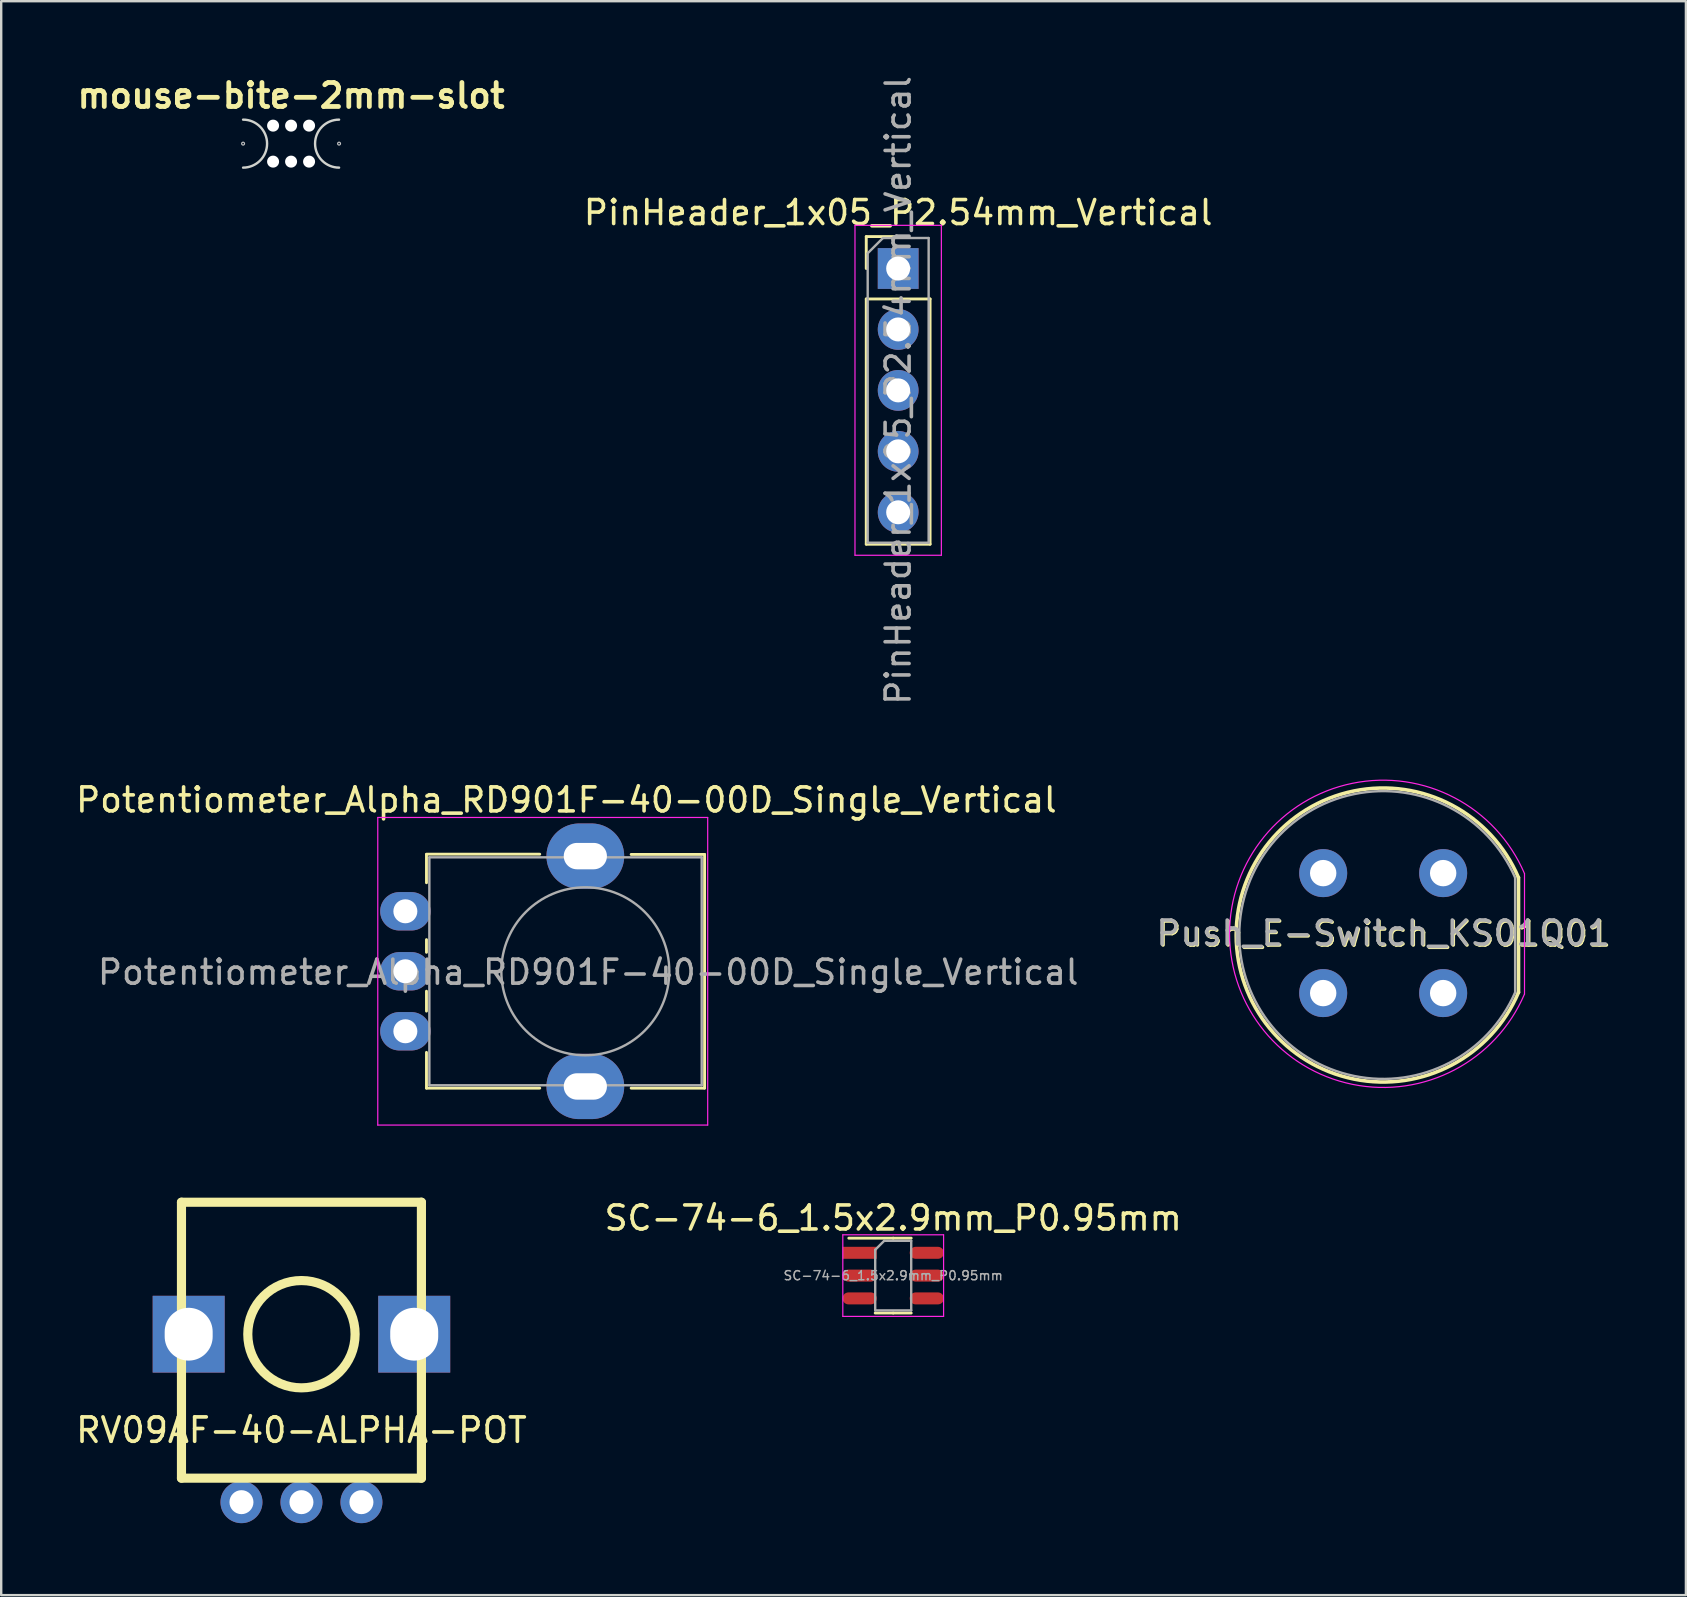
<source format=kicad_pcb>
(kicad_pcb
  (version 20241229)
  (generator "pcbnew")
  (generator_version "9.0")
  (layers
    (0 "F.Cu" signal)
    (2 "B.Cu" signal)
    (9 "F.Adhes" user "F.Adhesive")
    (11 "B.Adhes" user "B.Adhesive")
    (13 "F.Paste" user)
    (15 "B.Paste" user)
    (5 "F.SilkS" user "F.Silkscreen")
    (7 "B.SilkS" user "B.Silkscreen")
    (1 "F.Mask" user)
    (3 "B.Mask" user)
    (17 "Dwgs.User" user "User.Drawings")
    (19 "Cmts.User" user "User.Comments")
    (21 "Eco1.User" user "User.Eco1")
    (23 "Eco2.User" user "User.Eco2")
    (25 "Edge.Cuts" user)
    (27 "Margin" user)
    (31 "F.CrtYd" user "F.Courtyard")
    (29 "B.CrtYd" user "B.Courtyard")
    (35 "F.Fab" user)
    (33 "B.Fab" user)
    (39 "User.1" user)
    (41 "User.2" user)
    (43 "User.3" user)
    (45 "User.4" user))
  (footprint "RV09AF-40-ALPHA-POT"
    (layer "F.Cu")
    (at 9.513 52.554)
    (property "Reference" "RV09AF-40-ALPHA-POT" (at 0 4 0) (layer "F.SilkS") (effects (font (size 1.016 1.016) (thickness 0.152))))
    (attr through_hole)
    (fp_line (start -5 -5.5) (end 5 -5.5) (stroke (width 0.381) (type solid)) (layer "F.SilkS"))
    (fp_line (start -5 0) (end -5 -5.5) (stroke (width 0.381) (type solid)) (layer "F.SilkS"))
    (fp_line (start -5 6) (end -5 0) (stroke (width 0.381) (type solid)) (layer "F.SilkS"))
    (fp_line (start 5 -5.5) (end 5 6) (stroke (width 0.381) (type solid)) (layer "F.SilkS"))
    (fp_line (start 5 6) (end -5 6) (stroke (width 0.381) (type solid)) (layer "F.SilkS"))
    (fp_circle (center 0 0) (end 1 2) (stroke (width 0.381) (type solid)) (fill no) (layer "F.SilkS"))
    (pad "" thru_hole rect (at -4.7 0) (size 3 3.2) (drill oval 2 2.2) (layers "*.Cu" "*.Mask"))
    (pad "" thru_hole rect (at 4.7 0) (size 3 3.2) (drill oval 2 2.2) (layers "*.Cu" "*.Mask"))
    (pad "1" thru_hole circle (at -2.5 7) (size 1.75 1.75) (drill 1) (layers "*.Cu" "*.Mask"))
    (pad "2" thru_hole circle (at 0 7) (size 1.75 1.75) (drill 1) (layers "*.Cu" "*.Mask"))
    (pad "3" thru_hole circle (at 2.5 7) (size 1.75 1.75) (drill 1) (layers "*.Cu" "*.Mask")))
  (footprint "PinHeader_1x05_P2.54mm_Vertical"
    (layer "F.Cu")
    (at 34.382 8.14)
    (property "Reference" "PinHeader_1x05_P2.54mm_Vertical" (at 0 -2.33 0) (layer "F.SilkS") (effects (font (size 1 1) (thickness 0.15))))
    (attr through_hole)
    (fp_line (start -1.33 -1.33) (end 0 -1.33) (stroke (width 0.12) (type solid)) (layer "F.SilkS"))
    (fp_line (start -1.33 0) (end -1.33 -1.33) (stroke (width 0.12) (type solid)) (layer "F.SilkS"))
    (fp_line (start -1.33 1.27) (end -1.33 11.49) (stroke (width 0.12) (type solid)) (layer "F.SilkS"))
    (fp_line (start -1.33 1.27) (end 1.33 1.27) (stroke (width 0.12) (type solid)) (layer "F.SilkS"))
    (fp_line (start -1.33 11.49) (end 1.33 11.49) (stroke (width 0.12) (type solid)) (layer "F.SilkS"))
    (fp_line (start 1.33 1.27) (end 1.33 11.49) (stroke (width 0.12) (type solid)) (layer "F.SilkS"))
    (fp_line (start -1.8 -1.8) (end -1.8 11.95) (stroke (width 0.05) (type solid)) (layer "F.CrtYd"))
    (fp_line (start -1.8 11.95) (end 1.8 11.95) (stroke (width 0.05) (type solid)) (layer "F.CrtYd"))
    (fp_line (start 1.8 -1.8) (end -1.8 -1.8) (stroke (width 0.05) (type solid)) (layer "F.CrtYd"))
    (fp_line (start 1.8 11.95) (end 1.8 -1.8) (stroke (width 0.05) (type solid)) (layer "F.CrtYd"))
    (fp_line (start -1.27 -0.635) (end -0.635 -1.27) (stroke (width 0.1) (type solid)) (layer "F.Fab"))
    (fp_line (start -1.27 11.43) (end -1.27 -0.635) (stroke (width 0.1) (type solid)) (layer "F.Fab"))
    (fp_line (start -0.635 -1.27) (end 1.27 -1.27) (stroke (width 0.1) (type solid)) (layer "F.Fab"))
    (fp_line (start 1.27 -1.27) (end 1.27 11.43) (stroke (width 0.1) (type solid)) (layer "F.Fab"))
    (fp_line (start 1.27 11.43) (end -1.27 11.43) (stroke (width 0.1) (type solid)) (layer "F.Fab"))
    (fp_text user "${REFERENCE}" (at 0 5.08 90) (layer "F.Fab") (effects (font (size 1 1) (thickness 0.15))))
    (pad "1" thru_hole rect (at 0 0) (size 1.7 1.7) (drill 1) (layers "*.Cu" "*.Mask"))
    (pad "2" thru_hole oval (at 0 2.54) (size 1.7 1.7) (drill 1) (layers "*.Cu" "*.Mask"))
    (pad "3" thru_hole oval (at 0 5.08) (size 1.7 1.7) (drill 1) (layers "*.Cu" "*.Mask"))
    (pad "4" thru_hole oval (at 0 7.62) (size 1.7 1.7) (drill 1) (layers "*.Cu" "*.Mask"))
    (pad "5" thru_hole oval (at 0 10.16) (size 1.7 1.7) (drill 1) (layers "*.Cu" "*.Mask")))
  (footprint "Push_E-Switch_KS01Q01"
    (layer "F.Cu")
    (at 52.095 33.338)
    (property "Reference" "Push_E-Switch_KS01Q01" (at 2.54 2.54 0) (layer "F.SilkS") (effects (font (size 1 1) (thickness 0.15))))
    (attr through_hole)
    (fp_line (start 8.14 0.19) (end 8.14 4.97) (stroke (width 0.15) (type solid)) (layer "F.SilkS"))
    (fp_arc (start 8.14 4.97) (mid -3.625495 2.583717) (end 8.137095 0.183157) (stroke (width 0.15) (type solid)) (layer "F.SilkS"))
    (fp_line (start 8.39 5.04) (end 8.39 0.02) (stroke (width 0.05) (type solid)) (layer "F.CrtYd"))
    (fp_arc (start 8.39 5.04) (mid -3.902515 2.53) (end 8.39 0.02) (stroke (width 0.05) (type solid)) (layer "F.CrtYd"))
    (fp_line (start 8 4.97) (end 8 0.19) (stroke (width 0.1) (type solid)) (layer "F.Fab"))
    (fp_arc (start 8 4.97) (mid -3.496841 2.581346) (end 7.998926 0.187531) (stroke (width 0.1) (type solid)) (layer "F.Fab"))
    (fp_text user "${REFERENCE}" (at 2.5 2.5 180) (layer "F.Fab") (effects (font (size 1 1) (thickness 0.15))))
    (pad "1" thru_hole circle (at 0 0) (size 2 2) (drill 1.1) (layers "*.Cu" "*.Mask"))
    (pad "1" thru_hole circle (at 5 0) (size 2 2) (drill 1.1) (layers "*.Cu" "*.Mask"))
    (pad "2" thru_hole circle (at 0 5) (size 2 2) (drill 1.1) (layers "*.Cu" "*.Mask"))
    (pad "2" thru_hole circle (at 5 5) (size 2 2) (drill 1.1) (layers "*.Cu" "*.Mask")))
  (footprint "SC-74-6_1.5x2.9mm_P0.95mm"
    (layer "F.Cu")
    (at 34.175 50.112)
    (property "Reference" "SC-74-6_1.5x2.9mm_P0.95mm" (at 0 -2.4 0) (layer "F.SilkS") (effects (font (size 1 1) (thickness 0.15))))
    (attr smd)
    (fp_line (start 0 -1.56) (end -1.85 -1.56) (stroke (width 0.12) (type solid)) (layer "F.SilkS"))
    (fp_line (start 0 -1.56) (end 0.75 -1.56) (stroke (width 0.12) (type solid)) (layer "F.SilkS"))
    (fp_line (start 0 1.56) (end -0.75 1.56) (stroke (width 0.12) (type solid)) (layer "F.SilkS"))
    (fp_line (start 0 1.56) (end 0.75 1.56) (stroke (width 0.12) (type solid)) (layer "F.SilkS"))
    (fp_line (start -2.1 -1.7) (end -2.1 1.7) (stroke (width 0.05) (type solid)) (layer "F.CrtYd"))
    (fp_line (start -2.1 1.7) (end 2.1 1.7) (stroke (width 0.05) (type solid)) (layer "F.CrtYd"))
    (fp_line (start 2.1 -1.7) (end -2.1 -1.7) (stroke (width 0.05) (type solid)) (layer "F.CrtYd"))
    (fp_line (start 2.1 1.7) (end 2.1 -1.7) (stroke (width 0.05) (type solid)) (layer "F.CrtYd"))
    (fp_line (start -0.75 -1.075) (end -0.375 -1.45) (stroke (width 0.1) (type solid)) (layer "F.Fab"))
    (fp_line (start -0.75 1.45) (end -0.75 -1.075) (stroke (width 0.1) (type solid)) (layer "F.Fab"))
    (fp_line (start -0.375 -1.45) (end 0.75 -1.45) (stroke (width 0.1) (type solid)) (layer "F.Fab"))
    (fp_line (start 0.75 -1.45) (end 0.75 1.45) (stroke (width 0.1) (type solid)) (layer "F.Fab"))
    (fp_line (start 0.75 1.45) (end -0.75 1.45) (stroke (width 0.1) (type solid)) (layer "F.Fab"))
    (fp_text user "${REFERENCE}" (at 0 0 0) (layer "F.Fab") (effects (font (size 0.38 0.38) (thickness 0.06))))
    (pad "1" smd rect (at -1.4 -0.95) (size 1.425 0.5) (layers "F.Cu" "F.Mask" "F.Paste"))
    (pad "2" smd oval (at -1.4 0) (size 1.425 0.5) (layers "F.Cu" "F.Mask" "F.Paste"))
    (pad "3" smd oval (at -1.4 0.95) (size 1.425 0.5) (layers "F.Cu" "F.Mask" "F.Paste"))
    (pad "4" smd oval (at 1.4 0.95) (size 1.425 0.5) (layers "F.Cu" "F.Mask" "F.Paste"))
    (pad "5" smd oval (at 1.4 0) (size 1.425 0.5) (layers "F.Cu" "F.Mask" "F.Paste"))
    (pad "6" smd oval (at 1.4 -0.95) (size 1.425 0.5) (layers "F.Cu" "F.Mask" "F.Paste")))
  (footprint "mouse-bite-2mm-slot"
    (layer "F.Cu")
    (at 9.081 2.936)
    (property "Reference" "mouse-bite-2mm-slot" (at 0 -2 0) (layer "F.SilkS") (effects (font (size 1 1) (thickness 0.2))))
    (attr through_hole)
    (fp_circle (center -2 0) (end -2 -0.06) (stroke (width 0.05) (type solid)) (fill no) (layer "Dwgs.User"))
    (fp_circle (center 2 0) (end 2.06 0) (stroke (width 0.05) (type solid)) (fill no) (layer "Dwgs.User"))
    (fp_arc (start -2 -1) (mid -1 0) (end -2 1) (stroke (width 0.1) (type solid)) (layer "Edge.Cuts"))
    (fp_arc (start 2 1) (mid 1 0) (end 2 -1) (stroke (width 0.1) (type solid)) (layer "Edge.Cuts"))
    (pad "" np_thru_hole circle (at -0.75 -0.75) (size 0.5 0.5) (drill 0.5) (layers "*.Cu" "*.Mask"))
    (pad "" np_thru_hole circle (at -0.75 0.75) (size 0.5 0.5) (drill 0.5) (layers "*.Cu" "*.Mask"))
    (pad "" np_thru_hole circle (at 0 -0.75) (size 0.5 0.5) (drill 0.5) (layers "*.Cu" "*.Mask"))
    (pad "" np_thru_hole circle (at 0 0.75) (size 0.5 0.5) (drill 0.5) (layers "*.Cu" "*.Mask"))
    (pad "" np_thru_hole circle (at 0.75 -0.75) (size 0.5 0.5) (drill 0.5) (layers "*.Cu" "*.Mask"))
    (pad "" np_thru_hole circle (at 0.75 0.75) (size 0.5 0.5) (drill 0.5) (layers "*.Cu" "*.Mask")))
  (footprint "Potentiometer_Alpha_RD901F-40-00D_Single_Vertical"
    (layer "F.Cu")
    (at 13.844 34.929)
    (property "Reference" "Potentiometer_Alpha_RD901F-40-00D_Single_Vertical" (at 6.71 -4.64 180) (layer "F.SilkS") (effects (font (size 1 1) (thickness 0.15))))
    (attr through_hole)
    (fp_line (start 0.88 -2.38) (end 5.6 -2.38) (stroke (width 0.12) (type solid)) (layer "F.SilkS"))
    (fp_line (start 0.88 -1.19) (end 0.88 -2.37) (stroke (width 0.12) (type solid)) (layer "F.SilkS"))
    (fp_line (start 0.88 1.71) (end 0.88 1.18) (stroke (width 0.12) (type solid)) (layer "F.SilkS"))
    (fp_line (start 0.88 4.16) (end 0.88 3.33) (stroke (width 0.12) (type solid)) (layer "F.SilkS"))
    (fp_line (start 0.88 7.37) (end 0.88 5.88) (stroke (width 0.12) (type solid)) (layer "F.SilkS"))
    (fp_line (start 0.88 7.37) (end 5.6 7.37) (stroke (width 0.12) (type solid)) (layer "F.SilkS"))
    (fp_line (start 9.41 -2.37) (end 12.47 -2.37) (stroke (width 0.12) (type solid)) (layer "F.SilkS"))
    (fp_line (start 9.41 7.37) (end 12.47 7.37) (stroke (width 0.12) (type solid)) (layer "F.SilkS"))
    (fp_line (start 12.47 7.37) (end 12.47 -2.37) (stroke (width 0.12) (type solid)) (layer "F.SilkS"))
    (fp_line (start -1.15 -3.91) (end -1.15 8.91) (stroke (width 0.05) (type solid)) (layer "F.CrtYd"))
    (fp_line (start -1.15 8.91) (end 12.6 8.91) (stroke (width 0.05) (type solid)) (layer "F.CrtYd"))
    (fp_line (start 12.6 -3.91) (end -1.15 -3.91) (stroke (width 0.05) (type solid)) (layer "F.CrtYd"))
    (fp_line (start 12.6 8.91) (end 12.6 -3.91) (stroke (width 0.05) (type solid)) (layer "F.CrtYd"))
    (fp_line (start 1 -2.25) (end 12.35 -2.25) (stroke (width 0.1) (type solid)) (layer "F.Fab"))
    (fp_line (start 1 7.25) (end 1 -2.25) (stroke (width 0.1) (type solid)) (layer "F.Fab"))
    (fp_line (start 1 7.25) (end 12.35 7.25) (stroke (width 0.1) (type solid)) (layer "F.Fab"))
    (fp_line (start 12.35 7.25) (end 12.35 -2.25) (stroke (width 0.1) (type solid)) (layer "F.Fab"))
    (fp_circle (center 7.5 2.5) (end 7.5 -1) (stroke (width 0.1) (type solid)) (fill no) (layer "F.Fab"))
    (fp_text user "${REFERENCE}" (at 7.62 2.54 0) (layer "F.Fab") (effects (font (size 1 1) (thickness 0.15))))
    (pad "" thru_hole oval (at 7.5 -2.3 90) (size 2.72 3.24) (drill oval 1.1 1.8) (layers "*.Cu" "*.Mask"))
    (pad "" thru_hole oval (at 7.5 7.3 90) (size 2.72 3.24) (drill oval 1.1 1.8) (layers "*.Cu" "*.Mask"))
    (pad "1" thru_hole oval (at 0 0 90) (size 1.6 2.1) (drill 1) (layers "*.Cu" "*.Mask"))
    (pad "2" thru_hole oval (at 0 2.5 90) (size 1.6 2.1) (drill 1) (layers "*.Cu" "*.Mask"))
    (pad "3" thru_hole oval (at 0 5 90) (size 1.6 2.1) (drill 1) (layers "*.Cu" "*.Mask")))
  (gr_rect
    (start -3 -3)
    (end 67.212 63.429)
    (stroke (width 0.1) (type default))
    (fill no)
    (layer "Edge.Cuts")))
</source>
